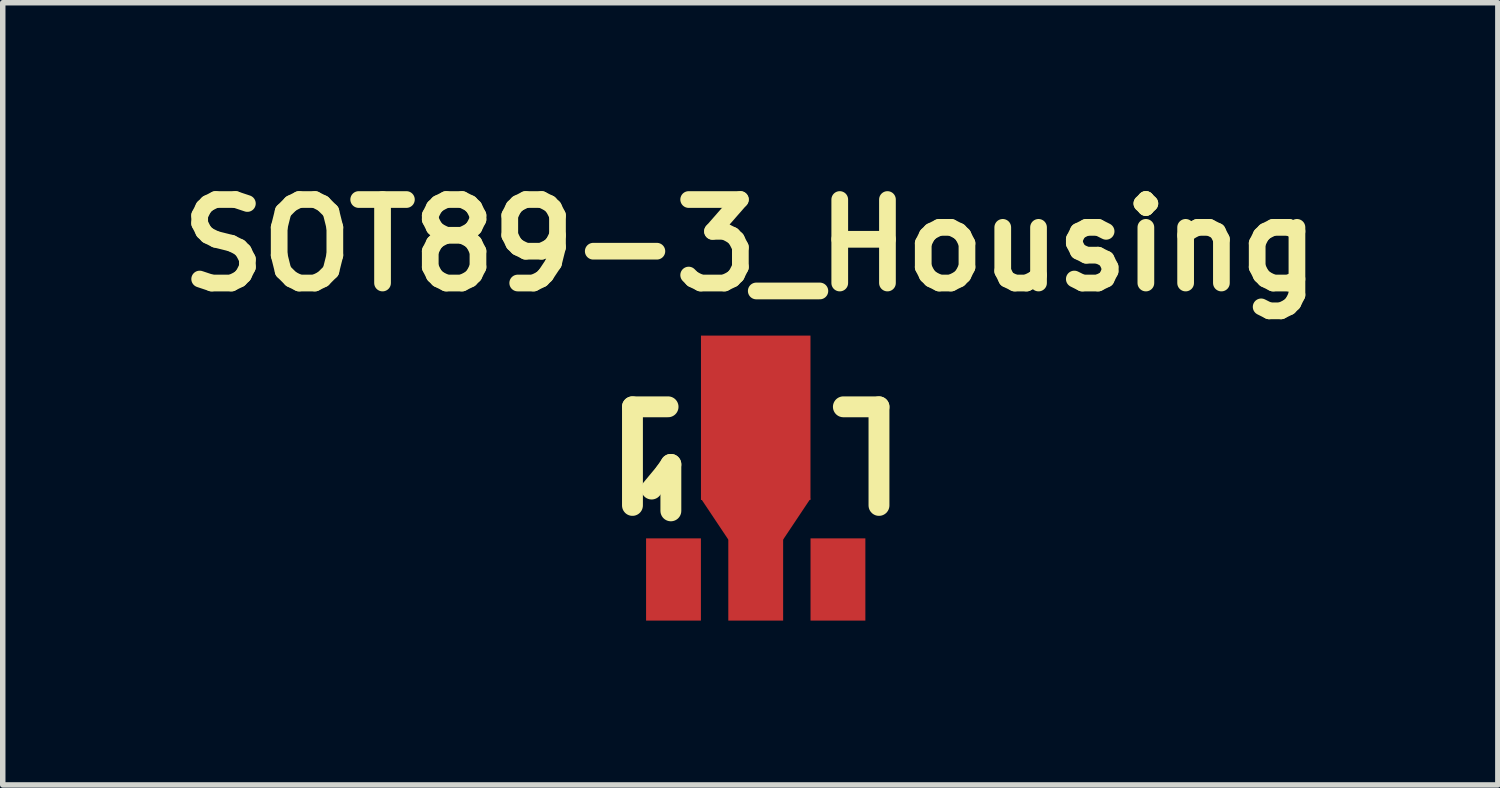
<source format=kicad_pcb>
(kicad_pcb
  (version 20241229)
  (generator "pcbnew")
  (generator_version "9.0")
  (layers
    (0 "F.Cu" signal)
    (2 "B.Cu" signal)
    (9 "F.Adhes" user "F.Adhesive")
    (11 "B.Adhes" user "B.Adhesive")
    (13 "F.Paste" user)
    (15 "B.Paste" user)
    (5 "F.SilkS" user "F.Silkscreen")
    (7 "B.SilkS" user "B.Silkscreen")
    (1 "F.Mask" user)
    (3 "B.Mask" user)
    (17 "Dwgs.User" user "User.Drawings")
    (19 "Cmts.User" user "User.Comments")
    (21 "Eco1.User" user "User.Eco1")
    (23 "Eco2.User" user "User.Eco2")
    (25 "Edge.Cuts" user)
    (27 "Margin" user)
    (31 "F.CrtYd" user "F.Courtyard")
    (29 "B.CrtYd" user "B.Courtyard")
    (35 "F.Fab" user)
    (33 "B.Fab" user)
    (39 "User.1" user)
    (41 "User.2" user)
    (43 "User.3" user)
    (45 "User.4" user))
  (footprint "SOT89-3_Housing"
    (layer "F.Cu")
    (at 10.745 5.676)
    (property "Reference" "SOT89-3_Housing" (at -0.099 -4.249 0) (layer "F.SilkS") (effects (font (size 1.524 1.524) (thickness 0.305))))
    (attr smd)
    (fp_line (start -2.25 -1.3) (end -2.25 0.5) (stroke (width 0.381) (type solid)) (layer "F.SilkS"))
    (fp_line (start -2.25 -1.3) (end -1.6 -1.3) (stroke (width 0.381) (type solid)) (layer "F.SilkS"))
    (fp_line (start -1.9 0.201) (end -1.651 -0.099) (stroke (width 0.381) (type solid)) (layer "F.SilkS"))
    (fp_line (start -1.651 -0.099) (end -1.549 -0.249) (stroke (width 0.381) (type solid)) (layer "F.SilkS"))
    (fp_line (start -1.549 -0.249) (end -1.549 0.599) (stroke (width 0.381) (type solid)) (layer "F.SilkS"))
    (fp_line (start 2.25 -1.3) (end 1.6 -1.3) (stroke (width 0.381) (type solid)) (layer "F.SilkS"))
    (fp_line (start 2.25 -1.3) (end 2.25 0.5) (stroke (width 0.381) (type solid)) (layer "F.SilkS"))
    (pad "1" smd rect (at -1.501 1.852) (size 1.001 1.501) (layers "F.Cu" "F.Mask" "F.Paste"))
    (pad "2" smd rect (at 0 -1.1) (size 1.999 3) (layers "F.Cu" "F.Mask" "F.Paste"))
    (pad "2" smd trapezoid (at 0 0.749 180) (size 1.501 0.749) (rect_delta 0 0.5) (layers "F.Cu" "F.Mask" "F.Paste"))
    (pad "2" smd rect (at 0 1.852) (size 1.001 1.501) (layers "F.Cu" "F.Mask" "F.Paste"))
    (pad "3" smd rect (at 1.501 1.852) (size 1.001 1.501) (layers "F.Cu" "F.Mask" "F.Paste")))
  (gr_rect
    (start -3 -3)
    (end 24.292 11.278)
    (stroke (width 0.1) (type default))
    (fill no)
    (layer "Edge.Cuts")))
</source>
